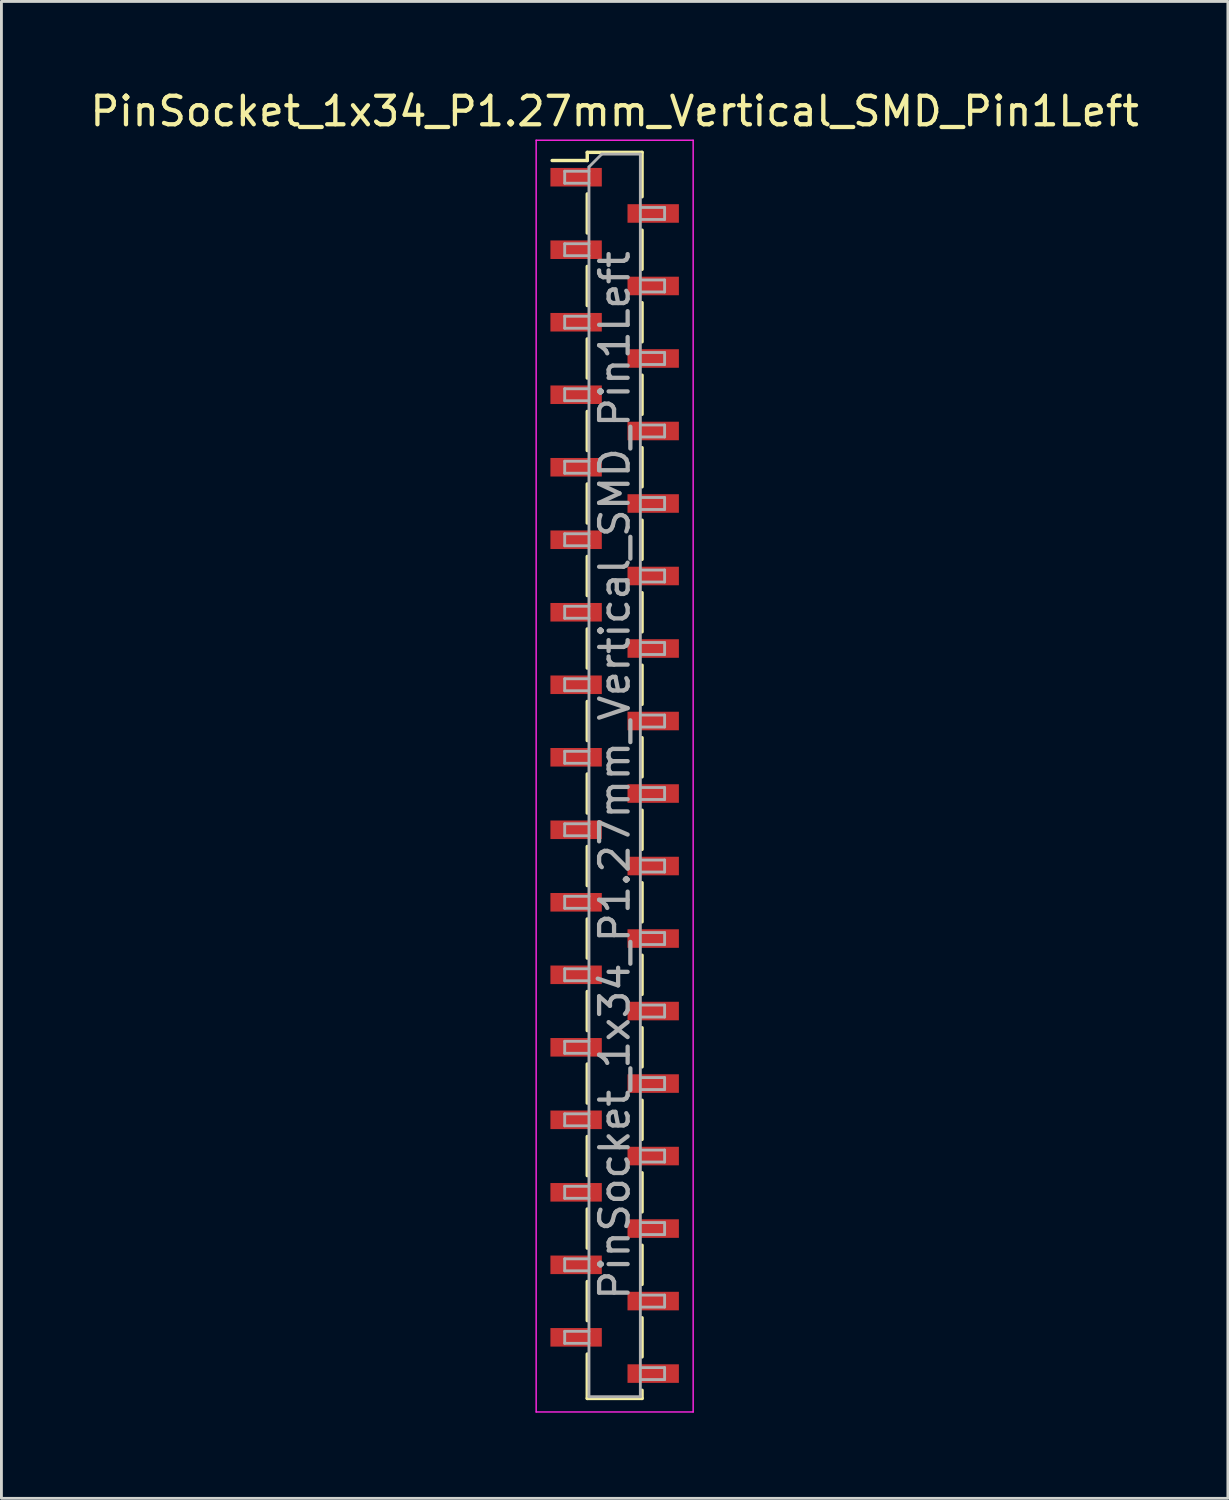
<source format=kicad_pcb>
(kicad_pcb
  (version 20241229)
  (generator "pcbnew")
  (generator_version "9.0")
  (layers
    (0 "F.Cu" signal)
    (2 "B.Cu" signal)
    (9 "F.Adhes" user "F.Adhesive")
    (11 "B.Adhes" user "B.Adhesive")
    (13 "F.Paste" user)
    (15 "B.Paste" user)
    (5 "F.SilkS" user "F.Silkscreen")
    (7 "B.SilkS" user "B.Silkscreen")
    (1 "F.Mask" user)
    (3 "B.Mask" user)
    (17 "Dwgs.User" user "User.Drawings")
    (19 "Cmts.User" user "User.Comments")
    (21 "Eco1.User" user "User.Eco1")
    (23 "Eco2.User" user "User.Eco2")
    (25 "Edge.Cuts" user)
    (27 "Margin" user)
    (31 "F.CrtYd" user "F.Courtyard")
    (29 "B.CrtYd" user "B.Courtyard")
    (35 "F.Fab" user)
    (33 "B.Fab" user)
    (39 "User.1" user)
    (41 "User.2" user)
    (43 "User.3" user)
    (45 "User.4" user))
  (footprint "PinSocket_1x34_P1.27mm_Vertical_SMD_Pin1Left"
    (layer "F.Cu")
    (at 18.482 24.113)
    (property "Reference" "PinSocket_1x34_P1.27mm_Vertical_SMD_Pin1Left" (at 0 -23.265 0) (layer "F.SilkS") (effects (font (size 1 1) (thickness 0.15))))
    (attr smd)
    (fp_line (start -2.19 -21.54) (end -0.96 -21.54) (stroke (width 0.12) (type solid)) (layer "F.SilkS"))
    (fp_line (start -0.96 -21.825) (end -0.96 -21.54) (stroke (width 0.12) (type solid)) (layer "F.SilkS"))
    (fp_line (start -0.96 -21.825) (end 0.96 -21.825) (stroke (width 0.12) (type solid)) (layer "F.SilkS"))
    (fp_line (start -0.96 -20.37) (end -0.96 -19) (stroke (width 0.12) (type solid)) (layer "F.SilkS"))
    (fp_line (start -0.96 -17.83) (end -0.96 -16.46) (stroke (width 0.12) (type solid)) (layer "F.SilkS"))
    (fp_line (start -0.96 -15.29) (end -0.96 -13.92) (stroke (width 0.12) (type solid)) (layer "F.SilkS"))
    (fp_line (start -0.96 -12.75) (end -0.96 -11.38) (stroke (width 0.12) (type solid)) (layer "F.SilkS"))
    (fp_line (start -0.96 -10.21) (end -0.96 -8.84) (stroke (width 0.12) (type solid)) (layer "F.SilkS"))
    (fp_line (start -0.96 -7.67) (end -0.96 -6.3) (stroke (width 0.12) (type solid)) (layer "F.SilkS"))
    (fp_line (start -0.96 -5.13) (end -0.96 -3.76) (stroke (width 0.12) (type solid)) (layer "F.SilkS"))
    (fp_line (start -0.96 -2.59) (end -0.96 -1.22) (stroke (width 0.12) (type solid)) (layer "F.SilkS"))
    (fp_line (start -0.96 -0.05) (end -0.96 1.32) (stroke (width 0.12) (type solid)) (layer "F.SilkS"))
    (fp_line (start -0.96 2.49) (end -0.96 3.86) (stroke (width 0.12) (type solid)) (layer "F.SilkS"))
    (fp_line (start -0.96 5.03) (end -0.96 6.4) (stroke (width 0.12) (type solid)) (layer "F.SilkS"))
    (fp_line (start -0.96 7.57) (end -0.96 8.94) (stroke (width 0.12) (type solid)) (layer "F.SilkS"))
    (fp_line (start -0.96 10.11) (end -0.96 11.48) (stroke (width 0.12) (type solid)) (layer "F.SilkS"))
    (fp_line (start -0.96 12.65) (end -0.96 14.02) (stroke (width 0.12) (type solid)) (layer "F.SilkS"))
    (fp_line (start -0.96 15.19) (end -0.96 16.56) (stroke (width 0.12) (type solid)) (layer "F.SilkS"))
    (fp_line (start -0.96 17.73) (end -0.96 19.1) (stroke (width 0.12) (type solid)) (layer "F.SilkS"))
    (fp_line (start -0.96 20.27) (end -0.96 21.825) (stroke (width 0.12) (type solid)) (layer "F.SilkS"))
    (fp_line (start -0.96 21.825) (end 0.96 21.825) (stroke (width 0.12) (type solid)) (layer "F.SilkS"))
    (fp_line (start 0.96 -21.825) (end 0.96 -20.27) (stroke (width 0.12) (type solid)) (layer "F.SilkS"))
    (fp_line (start 0.96 -19.1) (end 0.96 -17.73) (stroke (width 0.12) (type solid)) (layer "F.SilkS"))
    (fp_line (start 0.96 -16.56) (end 0.96 -15.19) (stroke (width 0.12) (type solid)) (layer "F.SilkS"))
    (fp_line (start 0.96 -14.02) (end 0.96 -12.65) (stroke (width 0.12) (type solid)) (layer "F.SilkS"))
    (fp_line (start 0.96 -11.48) (end 0.96 -10.11) (stroke (width 0.12) (type solid)) (layer "F.SilkS"))
    (fp_line (start 0.96 -8.94) (end 0.96 -7.57) (stroke (width 0.12) (type solid)) (layer "F.SilkS"))
    (fp_line (start 0.96 -6.4) (end 0.96 -5.03) (stroke (width 0.12) (type solid)) (layer "F.SilkS"))
    (fp_line (start 0.96 -3.86) (end 0.96 -2.49) (stroke (width 0.12) (type solid)) (layer "F.SilkS"))
    (fp_line (start 0.96 -1.32) (end 0.96 0.05) (stroke (width 0.12) (type solid)) (layer "F.SilkS"))
    (fp_line (start 0.96 1.22) (end 0.96 2.59) (stroke (width 0.12) (type solid)) (layer "F.SilkS"))
    (fp_line (start 0.96 3.76) (end 0.96 5.13) (stroke (width 0.12) (type solid)) (layer "F.SilkS"))
    (fp_line (start 0.96 6.3) (end 0.96 7.67) (stroke (width 0.12) (type solid)) (layer "F.SilkS"))
    (fp_line (start 0.96 8.84) (end 0.96 10.21) (stroke (width 0.12) (type solid)) (layer "F.SilkS"))
    (fp_line (start 0.96 11.38) (end 0.96 12.75) (stroke (width 0.12) (type solid)) (layer "F.SilkS"))
    (fp_line (start 0.96 13.92) (end 0.96 15.29) (stroke (width 0.12) (type solid)) (layer "F.SilkS"))
    (fp_line (start 0.96 16.46) (end 0.96 17.83) (stroke (width 0.12) (type solid)) (layer "F.SilkS"))
    (fp_line (start 0.96 19) (end 0.96 20.37) (stroke (width 0.12) (type solid)) (layer "F.SilkS"))
    (fp_line (start 0.96 21.54) (end 0.96 21.825) (stroke (width 0.12) (type solid)) (layer "F.SilkS"))
    (fp_line (start -2.75 -22.25) (end 2.75 -22.25) (stroke (width 0.05) (type solid)) (layer "F.CrtYd"))
    (fp_line (start -2.75 22.3) (end -2.75 -22.25) (stroke (width 0.05) (type solid)) (layer "F.CrtYd"))
    (fp_line (start 2.75 -22.25) (end 2.75 22.3) (stroke (width 0.05) (type solid)) (layer "F.CrtYd"))
    (fp_line (start 2.75 22.3) (end -2.75 22.3) (stroke (width 0.05) (type solid)) (layer "F.CrtYd"))
    (fp_line (start -1.75 -21.165) (end -0.9 -21.165) (stroke (width 0.1) (type solid)) (layer "F.Fab"))
    (fp_line (start -1.75 -20.745) (end -1.75 -21.165) (stroke (width 0.1) (type solid)) (layer "F.Fab"))
    (fp_line (start -1.75 -18.625) (end -0.9 -18.625) (stroke (width 0.1) (type solid)) (layer "F.Fab"))
    (fp_line (start -1.75 -18.205) (end -1.75 -18.625) (stroke (width 0.1) (type solid)) (layer "F.Fab"))
    (fp_line (start -1.75 -16.085) (end -0.9 -16.085) (stroke (width 0.1) (type solid)) (layer "F.Fab"))
    (fp_line (start -1.75 -15.665) (end -1.75 -16.085) (stroke (width 0.1) (type solid)) (layer "F.Fab"))
    (fp_line (start -1.75 -13.545) (end -0.9 -13.545) (stroke (width 0.1) (type solid)) (layer "F.Fab"))
    (fp_line (start -1.75 -13.125) (end -1.75 -13.545) (stroke (width 0.1) (type solid)) (layer "F.Fab"))
    (fp_line (start -1.75 -11.005) (end -0.9 -11.005) (stroke (width 0.1) (type solid)) (layer "F.Fab"))
    (fp_line (start -1.75 -10.585) (end -1.75 -11.005) (stroke (width 0.1) (type solid)) (layer "F.Fab"))
    (fp_line (start -1.75 -8.465) (end -0.9 -8.465) (stroke (width 0.1) (type solid)) (layer "F.Fab"))
    (fp_line (start -1.75 -8.045) (end -1.75 -8.465) (stroke (width 0.1) (type solid)) (layer "F.Fab"))
    (fp_line (start -1.75 -5.925) (end -0.9 -5.925) (stroke (width 0.1) (type solid)) (layer "F.Fab"))
    (fp_line (start -1.75 -5.505) (end -1.75 -5.925) (stroke (width 0.1) (type solid)) (layer "F.Fab"))
    (fp_line (start -1.75 -3.385) (end -0.9 -3.385) (stroke (width 0.1) (type solid)) (layer "F.Fab"))
    (fp_line (start -1.75 -2.965) (end -1.75 -3.385) (stroke (width 0.1) (type solid)) (layer "F.Fab"))
    (fp_line (start -1.75 -0.845) (end -0.9 -0.845) (stroke (width 0.1) (type solid)) (layer "F.Fab"))
    (fp_line (start -1.75 -0.425) (end -1.75 -0.845) (stroke (width 0.1) (type solid)) (layer "F.Fab"))
    (fp_line (start -1.75 1.695) (end -0.9 1.695) (stroke (width 0.1) (type solid)) (layer "F.Fab"))
    (fp_line (start -1.75 2.115) (end -1.75 1.695) (stroke (width 0.1) (type solid)) (layer "F.Fab"))
    (fp_line (start -1.75 4.235) (end -0.9 4.235) (stroke (width 0.1) (type solid)) (layer "F.Fab"))
    (fp_line (start -1.75 4.655) (end -1.75 4.235) (stroke (width 0.1) (type solid)) (layer "F.Fab"))
    (fp_line (start -1.75 6.775) (end -0.9 6.775) (stroke (width 0.1) (type solid)) (layer "F.Fab"))
    (fp_line (start -1.75 7.195) (end -1.75 6.775) (stroke (width 0.1) (type solid)) (layer "F.Fab"))
    (fp_line (start -1.75 9.315) (end -0.9 9.315) (stroke (width 0.1) (type solid)) (layer "F.Fab"))
    (fp_line (start -1.75 9.735) (end -1.75 9.315) (stroke (width 0.1) (type solid)) (layer "F.Fab"))
    (fp_line (start -1.75 11.855) (end -0.9 11.855) (stroke (width 0.1) (type solid)) (layer "F.Fab"))
    (fp_line (start -1.75 12.275) (end -1.75 11.855) (stroke (width 0.1) (type solid)) (layer "F.Fab"))
    (fp_line (start -1.75 14.395) (end -0.9 14.395) (stroke (width 0.1) (type solid)) (layer "F.Fab"))
    (fp_line (start -1.75 14.815) (end -1.75 14.395) (stroke (width 0.1) (type solid)) (layer "F.Fab"))
    (fp_line (start -1.75 16.935) (end -0.9 16.935) (stroke (width 0.1) (type solid)) (layer "F.Fab"))
    (fp_line (start -1.75 17.355) (end -1.75 16.935) (stroke (width 0.1) (type solid)) (layer "F.Fab"))
    (fp_line (start -1.75 19.475) (end -0.9 19.475) (stroke (width 0.1) (type solid)) (layer "F.Fab"))
    (fp_line (start -1.75 19.895) (end -1.75 19.475) (stroke (width 0.1) (type solid)) (layer "F.Fab"))
    (fp_line (start -0.9 -21.315) (end -0.45 -21.765) (stroke (width 0.1) (type solid)) (layer "F.Fab"))
    (fp_line (start -0.9 -20.745) (end -1.75 -20.745) (stroke (width 0.1) (type solid)) (layer "F.Fab"))
    (fp_line (start -0.9 -18.205) (end -1.75 -18.205) (stroke (width 0.1) (type solid)) (layer "F.Fab"))
    (fp_line (start -0.9 -15.665) (end -1.75 -15.665) (stroke (width 0.1) (type solid)) (layer "F.Fab"))
    (fp_line (start -0.9 -13.125) (end -1.75 -13.125) (stroke (width 0.1) (type solid)) (layer "F.Fab"))
    (fp_line (start -0.9 -10.585) (end -1.75 -10.585) (stroke (width 0.1) (type solid)) (layer "F.Fab"))
    (fp_line (start -0.9 -8.045) (end -1.75 -8.045) (stroke (width 0.1) (type solid)) (layer "F.Fab"))
    (fp_line (start -0.9 -5.505) (end -1.75 -5.505) (stroke (width 0.1) (type solid)) (layer "F.Fab"))
    (fp_line (start -0.9 -2.965) (end -1.75 -2.965) (stroke (width 0.1) (type solid)) (layer "F.Fab"))
    (fp_line (start -0.9 -0.425) (end -1.75 -0.425) (stroke (width 0.1) (type solid)) (layer "F.Fab"))
    (fp_line (start -0.9 2.115) (end -1.75 2.115) (stroke (width 0.1) (type solid)) (layer "F.Fab"))
    (fp_line (start -0.9 4.655) (end -1.75 4.655) (stroke (width 0.1) (type solid)) (layer "F.Fab"))
    (fp_line (start -0.9 7.195) (end -1.75 7.195) (stroke (width 0.1) (type solid)) (layer "F.Fab"))
    (fp_line (start -0.9 9.735) (end -1.75 9.735) (stroke (width 0.1) (type solid)) (layer "F.Fab"))
    (fp_line (start -0.9 12.275) (end -1.75 12.275) (stroke (width 0.1) (type solid)) (layer "F.Fab"))
    (fp_line (start -0.9 14.815) (end -1.75 14.815) (stroke (width 0.1) (type solid)) (layer "F.Fab"))
    (fp_line (start -0.9 17.355) (end -1.75 17.355) (stroke (width 0.1) (type solid)) (layer "F.Fab"))
    (fp_line (start -0.9 19.895) (end -1.75 19.895) (stroke (width 0.1) (type solid)) (layer "F.Fab"))
    (fp_line (start -0.9 21.765) (end -0.9 -21.315) (stroke (width 0.1) (type solid)) (layer "F.Fab"))
    (fp_line (start -0.45 -21.765) (end 0.9 -21.765) (stroke (width 0.1) (type solid)) (layer "F.Fab"))
    (fp_line (start 0.9 -21.765) (end 0.9 21.765) (stroke (width 0.1) (type solid)) (layer "F.Fab"))
    (fp_line (start 0.9 -19.895) (end 1.75 -19.895) (stroke (width 0.1) (type solid)) (layer "F.Fab"))
    (fp_line (start 0.9 -17.355) (end 1.75 -17.355) (stroke (width 0.1) (type solid)) (layer "F.Fab"))
    (fp_line (start 0.9 -14.815) (end 1.75 -14.815) (stroke (width 0.1) (type solid)) (layer "F.Fab"))
    (fp_line (start 0.9 -12.275) (end 1.75 -12.275) (stroke (width 0.1) (type solid)) (layer "F.Fab"))
    (fp_line (start 0.9 -9.735) (end 1.75 -9.735) (stroke (width 0.1) (type solid)) (layer "F.Fab"))
    (fp_line (start 0.9 -7.195) (end 1.75 -7.195) (stroke (width 0.1) (type solid)) (layer "F.Fab"))
    (fp_line (start 0.9 -4.655) (end 1.75 -4.655) (stroke (width 0.1) (type solid)) (layer "F.Fab"))
    (fp_line (start 0.9 -2.115) (end 1.75 -2.115) (stroke (width 0.1) (type solid)) (layer "F.Fab"))
    (fp_line (start 0.9 0.425) (end 1.75 0.425) (stroke (width 0.1) (type solid)) (layer "F.Fab"))
    (fp_line (start 0.9 2.965) (end 1.75 2.965) (stroke (width 0.1) (type solid)) (layer "F.Fab"))
    (fp_line (start 0.9 5.505) (end 1.75 5.505) (stroke (width 0.1) (type solid)) (layer "F.Fab"))
    (fp_line (start 0.9 8.045) (end 1.75 8.045) (stroke (width 0.1) (type solid)) (layer "F.Fab"))
    (fp_line (start 0.9 10.585) (end 1.75 10.585) (stroke (width 0.1) (type solid)) (layer "F.Fab"))
    (fp_line (start 0.9 13.125) (end 1.75 13.125) (stroke (width 0.1) (type solid)) (layer "F.Fab"))
    (fp_line (start 0.9 15.665) (end 1.75 15.665) (stroke (width 0.1) (type solid)) (layer "F.Fab"))
    (fp_line (start 0.9 18.205) (end 1.75 18.205) (stroke (width 0.1) (type solid)) (layer "F.Fab"))
    (fp_line (start 0.9 20.745) (end 1.75 20.745) (stroke (width 0.1) (type solid)) (layer "F.Fab"))
    (fp_line (start 0.9 21.765) (end -0.9 21.765) (stroke (width 0.1) (type solid)) (layer "F.Fab"))
    (fp_line (start 1.75 -19.895) (end 1.75 -19.475) (stroke (width 0.1) (type solid)) (layer "F.Fab"))
    (fp_line (start 1.75 -19.475) (end 0.9 -19.475) (stroke (width 0.1) (type solid)) (layer "F.Fab"))
    (fp_line (start 1.75 -17.355) (end 1.75 -16.935) (stroke (width 0.1) (type solid)) (layer "F.Fab"))
    (fp_line (start 1.75 -16.935) (end 0.9 -16.935) (stroke (width 0.1) (type solid)) (layer "F.Fab"))
    (fp_line (start 1.75 -14.815) (end 1.75 -14.395) (stroke (width 0.1) (type solid)) (layer "F.Fab"))
    (fp_line (start 1.75 -14.395) (end 0.9 -14.395) (stroke (width 0.1) (type solid)) (layer "F.Fab"))
    (fp_line (start 1.75 -12.275) (end 1.75 -11.855) (stroke (width 0.1) (type solid)) (layer "F.Fab"))
    (fp_line (start 1.75 -11.855) (end 0.9 -11.855) (stroke (width 0.1) (type solid)) (layer "F.Fab"))
    (fp_line (start 1.75 -9.735) (end 1.75 -9.315) (stroke (width 0.1) (type solid)) (layer "F.Fab"))
    (fp_line (start 1.75 -9.315) (end 0.9 -9.315) (stroke (width 0.1) (type solid)) (layer "F.Fab"))
    (fp_line (start 1.75 -7.195) (end 1.75 -6.775) (stroke (width 0.1) (type solid)) (layer "F.Fab"))
    (fp_line (start 1.75 -6.775) (end 0.9 -6.775) (stroke (width 0.1) (type solid)) (layer "F.Fab"))
    (fp_line (start 1.75 -4.655) (end 1.75 -4.235) (stroke (width 0.1) (type solid)) (layer "F.Fab"))
    (fp_line (start 1.75 -4.235) (end 0.9 -4.235) (stroke (width 0.1) (type solid)) (layer "F.Fab"))
    (fp_line (start 1.75 -2.115) (end 1.75 -1.695) (stroke (width 0.1) (type solid)) (layer "F.Fab"))
    (fp_line (start 1.75 -1.695) (end 0.9 -1.695) (stroke (width 0.1) (type solid)) (layer "F.Fab"))
    (fp_line (start 1.75 0.425) (end 1.75 0.845) (stroke (width 0.1) (type solid)) (layer "F.Fab"))
    (fp_line (start 1.75 0.845) (end 0.9 0.845) (stroke (width 0.1) (type solid)) (layer "F.Fab"))
    (fp_line (start 1.75 2.965) (end 1.75 3.385) (stroke (width 0.1) (type solid)) (layer "F.Fab"))
    (fp_line (start 1.75 3.385) (end 0.9 3.385) (stroke (width 0.1) (type solid)) (layer "F.Fab"))
    (fp_line (start 1.75 5.505) (end 1.75 5.925) (stroke (width 0.1) (type solid)) (layer "F.Fab"))
    (fp_line (start 1.75 5.925) (end 0.9 5.925) (stroke (width 0.1) (type solid)) (layer "F.Fab"))
    (fp_line (start 1.75 8.045) (end 1.75 8.465) (stroke (width 0.1) (type solid)) (layer "F.Fab"))
    (fp_line (start 1.75 8.465) (end 0.9 8.465) (stroke (width 0.1) (type solid)) (layer "F.Fab"))
    (fp_line (start 1.75 10.585) (end 1.75 11.005) (stroke (width 0.1) (type solid)) (layer "F.Fab"))
    (fp_line (start 1.75 11.005) (end 0.9 11.005) (stroke (width 0.1) (type solid)) (layer "F.Fab"))
    (fp_line (start 1.75 13.125) (end 1.75 13.545) (stroke (width 0.1) (type solid)) (layer "F.Fab"))
    (fp_line (start 1.75 13.545) (end 0.9 13.545) (stroke (width 0.1) (type solid)) (layer "F.Fab"))
    (fp_line (start 1.75 15.665) (end 1.75 16.085) (stroke (width 0.1) (type solid)) (layer "F.Fab"))
    (fp_line (start 1.75 16.085) (end 0.9 16.085) (stroke (width 0.1) (type solid)) (layer "F.Fab"))
    (fp_line (start 1.75 18.205) (end 1.75 18.625) (stroke (width 0.1) (type solid)) (layer "F.Fab"))
    (fp_line (start 1.75 18.625) (end 0.9 18.625) (stroke (width 0.1) (type solid)) (layer "F.Fab"))
    (fp_line (start 1.75 20.745) (end 1.75 21.165) (stroke (width 0.1) (type solid)) (layer "F.Fab"))
    (fp_line (start 1.75 21.165) (end 0.9 21.165) (stroke (width 0.1) (type solid)) (layer "F.Fab"))
    (fp_text user "${REFERENCE}" (at 0 0 90) (layer "F.Fab") (effects (font (size 1 1) (thickness 0.15))))
    (pad "1" smd rect (at -1.35 -20.955) (size 1.8 0.65) (layers "F.Cu" "F.Mask" "F.Paste"))
    (pad "2" smd rect (at 1.35 -19.685) (size 1.8 0.65) (layers "F.Cu" "F.Mask" "F.Paste"))
    (pad "3" smd rect (at -1.35 -18.415) (size 1.8 0.65) (layers "F.Cu" "F.Mask" "F.Paste"))
    (pad "4" smd rect (at 1.35 -17.145) (size 1.8 0.65) (layers "F.Cu" "F.Mask" "F.Paste"))
    (pad "5" smd rect (at -1.35 -15.875) (size 1.8 0.65) (layers "F.Cu" "F.Mask" "F.Paste"))
    (pad "6" smd rect (at 1.35 -14.605) (size 1.8 0.65) (layers "F.Cu" "F.Mask" "F.Paste"))
    (pad "7" smd rect (at -1.35 -13.335) (size 1.8 0.65) (layers "F.Cu" "F.Mask" "F.Paste"))
    (pad "8" smd rect (at 1.35 -12.065) (size 1.8 0.65) (layers "F.Cu" "F.Mask" "F.Paste"))
    (pad "9" smd rect (at -1.35 -10.795) (size 1.8 0.65) (layers "F.Cu" "F.Mask" "F.Paste"))
    (pad "10" smd rect (at 1.35 -9.525) (size 1.8 0.65) (layers "F.Cu" "F.Mask" "F.Paste"))
    (pad "11" smd rect (at -1.35 -8.255) (size 1.8 0.65) (layers "F.Cu" "F.Mask" "F.Paste"))
    (pad "12" smd rect (at 1.35 -6.985) (size 1.8 0.65) (layers "F.Cu" "F.Mask" "F.Paste"))
    (pad "13" smd rect (at -1.35 -5.715) (size 1.8 0.65) (layers "F.Cu" "F.Mask" "F.Paste"))
    (pad "14" smd rect (at 1.35 -4.445) (size 1.8 0.65) (layers "F.Cu" "F.Mask" "F.Paste"))
    (pad "15" smd rect (at -1.35 -3.175) (size 1.8 0.65) (layers "F.Cu" "F.Mask" "F.Paste"))
    (pad "16" smd rect (at 1.35 -1.905) (size 1.8 0.65) (layers "F.Cu" "F.Mask" "F.Paste"))
    (pad "17" smd rect (at -1.35 -0.635) (size 1.8 0.65) (layers "F.Cu" "F.Mask" "F.Paste"))
    (pad "18" smd rect (at 1.35 0.635) (size 1.8 0.65) (layers "F.Cu" "F.Mask" "F.Paste"))
    (pad "19" smd rect (at -1.35 1.905) (size 1.8 0.65) (layers "F.Cu" "F.Mask" "F.Paste"))
    (pad "20" smd rect (at 1.35 3.175) (size 1.8 0.65) (layers "F.Cu" "F.Mask" "F.Paste"))
    (pad "21" smd rect (at -1.35 4.445) (size 1.8 0.65) (layers "F.Cu" "F.Mask" "F.Paste"))
    (pad "22" smd rect (at 1.35 5.715) (size 1.8 0.65) (layers "F.Cu" "F.Mask" "F.Paste"))
    (pad "23" smd rect (at -1.35 6.985) (size 1.8 0.65) (layers "F.Cu" "F.Mask" "F.Paste"))
    (pad "24" smd rect (at 1.35 8.255) (size 1.8 0.65) (layers "F.Cu" "F.Mask" "F.Paste"))
    (pad "25" smd rect (at -1.35 9.525) (size 1.8 0.65) (layers "F.Cu" "F.Mask" "F.Paste"))
    (pad "26" smd rect (at 1.35 10.795) (size 1.8 0.65) (layers "F.Cu" "F.Mask" "F.Paste"))
    (pad "27" smd rect (at -1.35 12.065) (size 1.8 0.65) (layers "F.Cu" "F.Mask" "F.Paste"))
    (pad "28" smd rect (at 1.35 13.335) (size 1.8 0.65) (layers "F.Cu" "F.Mask" "F.Paste"))
    (pad "29" smd rect (at -1.35 14.605) (size 1.8 0.65) (layers "F.Cu" "F.Mask" "F.Paste"))
    (pad "30" smd rect (at 1.35 15.875) (size 1.8 0.65) (layers "F.Cu" "F.Mask" "F.Paste"))
    (pad "31" smd rect (at -1.35 17.145) (size 1.8 0.65) (layers "F.Cu" "F.Mask" "F.Paste"))
    (pad "32" smd rect (at 1.35 18.415) (size 1.8 0.65) (layers "F.Cu" "F.Mask" "F.Paste"))
    (pad "33" smd rect (at -1.35 19.685) (size 1.8 0.65) (layers "F.Cu" "F.Mask" "F.Paste"))
    (pad "34" smd rect (at 1.35 20.955) (size 1.8 0.65) (layers "F.Cu" "F.Mask" "F.Paste")))
  (gr_rect
    (start -3 -3)
    (end 39.964 49.438)
    (stroke (width 0.1) (type default))
    (fill no)
    (layer "Edge.Cuts")))
</source>
